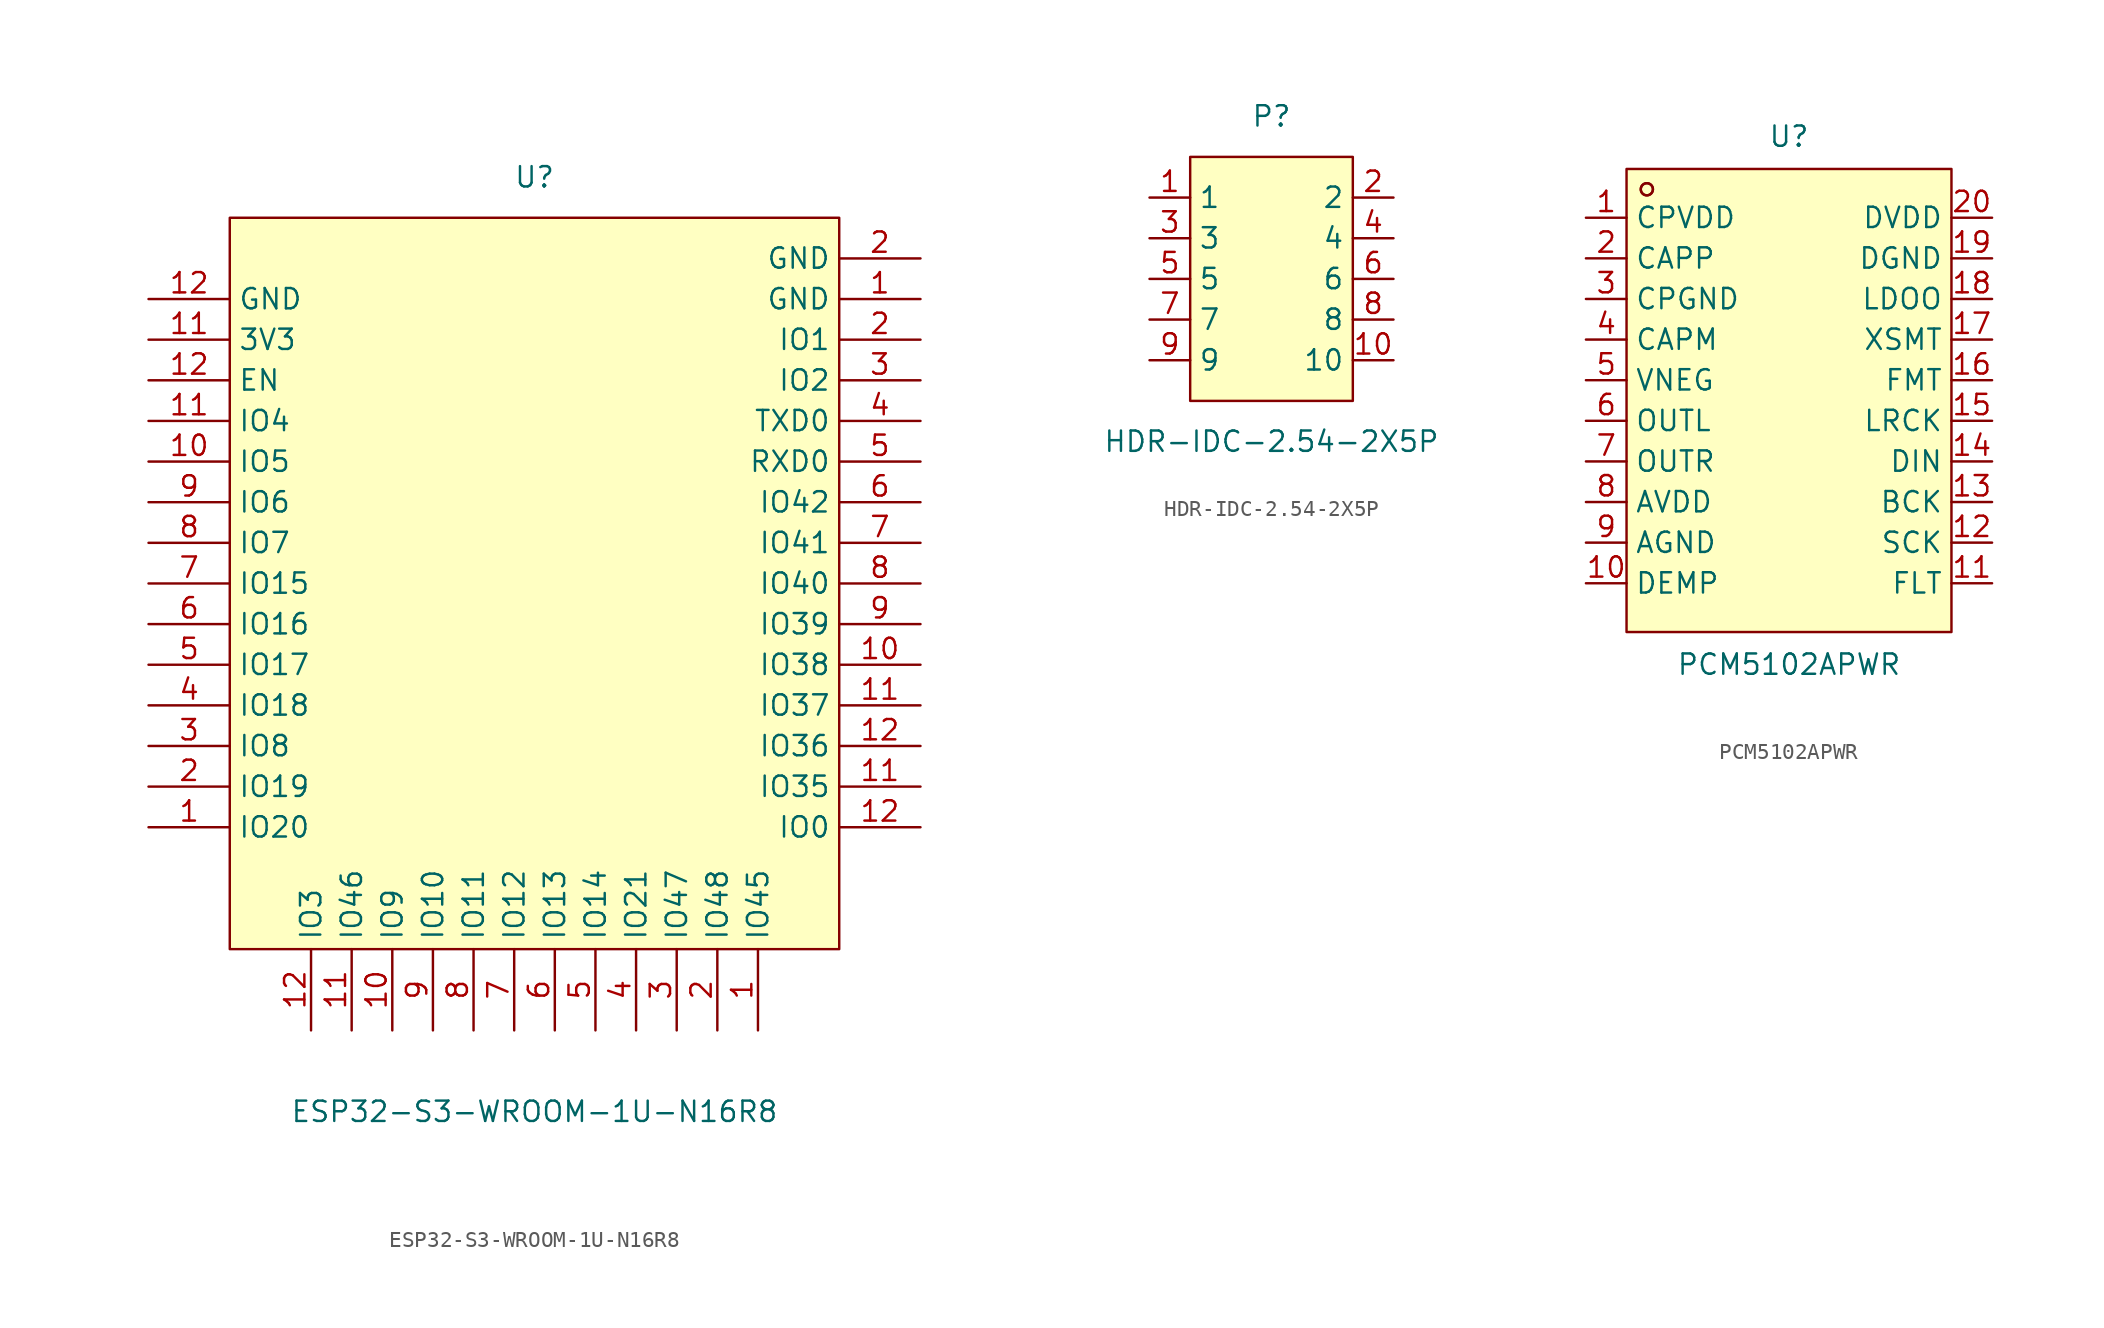
<source format=kicad_sym>
(kicad_symbol_lib
  (version 20241209)
  (generator "kicad_symbol_editor")
  (generator_version "9.0")
  (symbol "ESP32-S3-WROOM-1U-N16R8"
    (property "Reference" "U"
      (at 0 27.94 0)
      (effects (font (size 1.27 1.27))))
    (property "Value" "ESP32-S3-WROOM-1U-N16R8"
      (at 0 -30.48 0)
      (effects (font (size 1.27 1.27))))
    (symbol "ESP32-S3-WROOM-1U-N16R8_0_1"
      (rectangle (start -19.05 25.4) (end 19.05 -20.32) (stroke (width 0) (type default)) (fill (type background)))
      (pin power_in line (at -24.13 20.32 0) (length 5.08) (name "GND" (effects (font (size 1.27 1.27)))) (number "12" (effects (font (size 1.27 1.27)))))
      (pin power_in line (at -24.13 17.78 0) (length 5.08) (name "3V3" (effects (font (size 1.27 1.27)))) (number "11" (effects (font (size 1.27 1.27)))))
      (pin unspecified line (at -24.13 15.24 0) (length 5.08) (name "EN" (effects (font (size 1.27 1.27)))) (number "12" (effects (font (size 1.27 1.27)))))
      (pin unspecified line (at -24.13 12.7 0) (length 5.08) (name "IO4" (effects (font (size 1.27 1.27)))) (number "11" (effects (font (size 1.27 1.27)))))
      (pin unspecified line (at -24.13 10.16 0) (length 5.08) (name "IO5" (effects (font (size 1.27 1.27)))) (number "10" (effects (font (size 1.27 1.27)))))
      (pin unspecified line (at -24.13 7.62 0) (length 5.08) (name "IO6" (effects (font (size 1.27 1.27)))) (number "9" (effects (font (size 1.27 1.27)))))
      (pin unspecified line (at -24.13 5.08 0) (length 5.08) (name "IO7" (effects (font (size 1.27 1.27)))) (number "8" (effects (font (size 1.27 1.27)))))
      (pin unspecified line (at -24.13 2.54 0) (length 5.08) (name "IO15" (effects (font (size 1.27 1.27)))) (number "7" (effects (font (size 1.27 1.27)))))
      (pin unspecified line (at -24.13 0 0) (length 5.08) (name "IO16" (effects (font (size 1.27 1.27)))) (number "6" (effects (font (size 1.27 1.27)))))
      (pin unspecified line (at -24.13 -2.54 0) (length 5.08) (name "IO17" (effects (font (size 1.27 1.27)))) (number "5" (effects (font (size 1.27 1.27)))))
      (pin unspecified line (at -24.13 -5.08 0) (length 5.08) (name "IO18" (effects (font (size 1.27 1.27)))) (number "4" (effects (font (size 1.27 1.27)))))
      (pin unspecified line (at -24.13 -7.62 0) (length 5.08) (name "IO8" (effects (font (size 1.27 1.27)))) (number "3" (effects (font (size 1.27 1.27)))))
      (pin unspecified line (at -24.13 -10.16 0) (length 5.08) (name "IO19" (effects (font (size 1.27 1.27)))) (number "2" (effects (font (size 1.27 1.27)))))
      (pin unspecified line (at -24.13 -12.7 0) (length 5.08) (name "IO20" (effects (font (size 1.27 1.27)))) (number "1" (effects (font (size 1.27 1.27)))))
      (pin unspecified line (at -13.97 -25.4 90) (length 5.08) (name "IO3" (effects (font (size 1.27 1.27)))) (number "12" (effects (font (size 1.27 1.27)))))
      (pin unspecified line (at -11.43 -25.4 90) (length 5.08) (name "IO46" (effects (font (size 1.27 1.27)))) (number "11" (effects (font (size 1.27 1.27)))))
      (pin unspecified line (at -8.89 -25.4 90) (length 5.08) (name "IO9" (effects (font (size 1.27 1.27)))) (number "10" (effects (font (size 1.27 1.27)))))
      (pin unspecified line (at -6.35 -25.4 90) (length 5.08) (name "IO10" (effects (font (size 1.27 1.27)))) (number "9" (effects (font (size 1.27 1.27)))))
      (pin unspecified line (at -3.81 -25.4 90) (length 5.08) (name "IO11" (effects (font (size 1.27 1.27)))) (number "8" (effects (font (size 1.27 1.27)))))
      (pin unspecified line (at -1.27 -25.4 90) (length 5.08) (name "IO12" (effects (font (size 1.27 1.27)))) (number "7" (effects (font (size 1.27 1.27)))))
      (pin unspecified line (at 1.27 -25.4 90) (length 5.08) (name "IO13" (effects (font (size 1.27 1.27)))) (number "6" (effects (font (size 1.27 1.27)))))
      (pin unspecified line (at 3.81 -25.4 90) (length 5.08) (name "IO14" (effects (font (size 1.27 1.27)))) (number "5" (effects (font (size 1.27 1.27)))))
      (pin unspecified line (at 6.35 -25.4 90) (length 5.08) (name "IO21" (effects (font (size 1.27 1.27)))) (number "4" (effects (font (size 1.27 1.27)))))
      (pin unspecified line (at 8.89 -25.4 90) (length 5.08) (name "IO47" (effects (font (size 1.27 1.27)))) (number "3" (effects (font (size 1.27 1.27)))))
      (pin unspecified line (at 11.43 -25.4 90) (length 5.08) (name "IO48" (effects (font (size 1.27 1.27)))) (number "2" (effects (font (size 1.27 1.27)))))
      (pin unspecified line (at 13.97 -25.4 90) (length 5.08) (name "IO45" (effects (font (size 1.27 1.27)))) (number "1" (effects (font (size 1.27 1.27)))))
      (pin power_in line (at 24.13 22.86 180) (length 5.08) (name "GND" (effects (font (size 1.27 1.27)))) (number "2" (effects (font (size 1.27 1.27)))))
      (pin power_in line (at 24.13 20.32 180) (length 5.08) (name "GND" (effects (font (size 1.27 1.27)))) (number "1" (effects (font (size 1.27 1.27)))))
      (pin unspecified line (at 24.13 17.78 180) (length 5.08) (name "IO1" (effects (font (size 1.27 1.27)))) (number "2" (effects (font (size 1.27 1.27)))))
      (pin unspecified line (at 24.13 15.24 180) (length 5.08) (name "IO2" (effects (font (size 1.27 1.27)))) (number "3" (effects (font (size 1.27 1.27)))))
      (pin unspecified line (at 24.13 12.7 180) (length 5.08) (name "TXD0" (effects (font (size 1.27 1.27)))) (number "4" (effects (font (size 1.27 1.27)))))
      (pin unspecified line (at 24.13 10.16 180) (length 5.08) (name "RXD0" (effects (font (size 1.27 1.27)))) (number "5" (effects (font (size 1.27 1.27)))))
      (pin unspecified line (at 24.13 7.62 180) (length 5.08) (name "IO42" (effects (font (size 1.27 1.27)))) (number "6" (effects (font (size 1.27 1.27)))))
      (pin unspecified line (at 24.13 5.08 180) (length 5.08) (name "IO41" (effects (font (size 1.27 1.27)))) (number "7" (effects (font (size 1.27 1.27)))))
      (pin unspecified line (at 24.13 2.54 180) (length 5.08) (name "IO40" (effects (font (size 1.27 1.27)))) (number "8" (effects (font (size 1.27 1.27)))))
      (pin unspecified line (at 24.13 0 180) (length 5.08) (name "IO39" (effects (font (size 1.27 1.27)))) (number "9" (effects (font (size 1.27 1.27)))))
      (pin unspecified line (at 24.13 -2.54 180) (length 5.08) (name "IO38" (effects (font (size 1.27 1.27)))) (number "10" (effects (font (size 1.27 1.27)))))
      (pin unspecified line (at 24.13 -5.08 180) (length 5.08) (name "IO37" (effects (font (size 1.27 1.27)))) (number "11" (effects (font (size 1.27 1.27)))))
      (pin unspecified line (at 24.13 -7.62 180) (length 5.08) (name "IO36" (effects (font (size 1.27 1.27)))) (number "12" (effects (font (size 1.27 1.27)))))
      (pin unspecified line (at 24.13 -10.16 180) (length 5.08) (name "IO35" (effects (font (size 1.27 1.27)))) (number "11" (effects (font (size 1.27 1.27)))))
      (pin unspecified line (at 24.13 -12.7 180) (length 5.08) (name "IO0" (effects (font (size 1.27 1.27)))) (number "12" (effects (font (size 1.27 1.27)))))))
  (symbol "HDR-IDC-2.54-2X5P"
    (property "Reference" "P"
      (at 0 10.16 0)
      (effects (font (size 1.27 1.27))))
    (property "Value" "HDR-IDC-2.54-2X5P"
      (at 0 -10.16 0)
      (effects (font (size 1.27 1.27))))
    (symbol "HDR-IDC-2.54-2X5P_0_1"
      (rectangle (start -5.08 7.62) (end 5.08 -7.62) (stroke (width 0) (type default)) (fill (type background)))
      (pin unspecified line (at -7.62 5.08 0) (length 2.54) (name "1" (effects (font (size 1.27 1.27)))) (number "1" (effects (font (size 1.27 1.27)))))
      (pin unspecified line (at -7.62 2.54 0) (length 2.54) (name "3" (effects (font (size 1.27 1.27)))) (number "3" (effects (font (size 1.27 1.27)))))
      (pin unspecified line (at -7.62 0 0) (length 2.54) (name "5" (effects (font (size 1.27 1.27)))) (number "5" (effects (font (size 1.27 1.27)))))
      (pin unspecified line (at -7.62 -2.54 0) (length 2.54) (name "7" (effects (font (size 1.27 1.27)))) (number "7" (effects (font (size 1.27 1.27)))))
      (pin unspecified line (at -7.62 -5.08 0) (length 2.54) (name "9" (effects (font (size 1.27 1.27)))) (number "9" (effects (font (size 1.27 1.27)))))
      (pin unspecified line (at 7.62 5.08 180) (length 2.54) (name "2" (effects (font (size 1.27 1.27)))) (number "2" (effects (font (size 1.27 1.27)))))
      (pin unspecified line (at 7.62 2.54 180) (length 2.54) (name "4" (effects (font (size 1.27 1.27)))) (number "4" (effects (font (size 1.27 1.27)))))
      (pin unspecified line (at 7.62 0 180) (length 2.54) (name "6" (effects (font (size 1.27 1.27)))) (number "6" (effects (font (size 1.27 1.27)))))
      (pin unspecified line (at 7.62 -2.54 180) (length 2.54) (name "8" (effects (font (size 1.27 1.27)))) (number "8" (effects (font (size 1.27 1.27)))))
      (pin unspecified line (at 7.62 -5.08 180) (length 2.54) (name "10" (effects (font (size 1.27 1.27)))) (number "10" (effects (font (size 1.27 1.27)))))))
  (symbol "PCM5102APWR"
    (property "Reference" "U"
      (at 0 16.51 0)
      (effects (font (size 1.27 1.27))))
    (property "Value" "PCM5102APWR"
      (at 0 -16.51 0)
      (effects (font (size 1.27 1.27))))
    (symbol "PCM5102APWR_0_1"
      (rectangle (start -10.16 14.48) (end 10.16 -14.48) (stroke (width 0) (type default)) (fill (type background)))
      (circle (center -8.89 13.21) (radius 0.38) (stroke (width 0) (type default)) (fill (type none)))
      (circle (center -8.89 13.21) (radius 0.38) (stroke (width 0) (type default)) (fill (type none)))
      (pin unspecified line (at -12.7 11.43 0) (length 2.54) (name "CPVDD" (effects (font (size 1.27 1.27)))) (number "1" (effects (font (size 1.27 1.27)))))
      (pin unspecified line (at -12.7 8.89 0) (length 2.54) (name "CAPP" (effects (font (size 1.27 1.27)))) (number "2" (effects (font (size 1.27 1.27)))))
      (pin unspecified line (at -12.7 6.35 0) (length 2.54) (name "CPGND" (effects (font (size 1.27 1.27)))) (number "3" (effects (font (size 1.27 1.27)))))
      (pin unspecified line (at -12.7 3.81 0) (length 2.54) (name "CAPM" (effects (font (size 1.27 1.27)))) (number "4" (effects (font (size 1.27 1.27)))))
      (pin unspecified line (at -12.7 1.27 0) (length 2.54) (name "VNEG" (effects (font (size 1.27 1.27)))) (number "5" (effects (font (size 1.27 1.27)))))
      (pin unspecified line (at -12.7 -1.27 0) (length 2.54) (name "OUTL" (effects (font (size 1.27 1.27)))) (number "6" (effects (font (size 1.27 1.27)))))
      (pin unspecified line (at -12.7 -3.81 0) (length 2.54) (name "OUTR" (effects (font (size 1.27 1.27)))) (number "7" (effects (font (size 1.27 1.27)))))
      (pin unspecified line (at -12.7 -6.35 0) (length 2.54) (name "AVDD" (effects (font (size 1.27 1.27)))) (number "8" (effects (font (size 1.27 1.27)))))
      (pin unspecified line (at -12.7 -8.89 0) (length 2.54) (name "AGND" (effects (font (size 1.27 1.27)))) (number "9" (effects (font (size 1.27 1.27)))))
      (pin unspecified line (at -12.7 -11.43 0) (length 2.54) (name "DEMP" (effects (font (size 1.27 1.27)))) (number "10" (effects (font (size 1.27 1.27)))))
      (pin unspecified line (at 12.7 11.43 180) (length 2.54) (name "DVDD" (effects (font (size 1.27 1.27)))) (number "20" (effects (font (size 1.27 1.27)))))
      (pin unspecified line (at 12.7 8.89 180) (length 2.54) (name "DGND" (effects (font (size 1.27 1.27)))) (number "19" (effects (font (size 1.27 1.27)))))
      (pin unspecified line (at 12.7 6.35 180) (length 2.54) (name "LDOO" (effects (font (size 1.27 1.27)))) (number "18" (effects (font (size 1.27 1.27)))))
      (pin unspecified line (at 12.7 3.81 180) (length 2.54) (name "XSMT" (effects (font (size 1.27 1.27)))) (number "17" (effects (font (size 1.27 1.27)))))
      (pin unspecified line (at 12.7 1.27 180) (length 2.54) (name "FMT" (effects (font (size 1.27 1.27)))) (number "16" (effects (font (size 1.27 1.27)))))
      (pin unspecified line (at 12.7 -1.27 180) (length 2.54) (name "LRCK" (effects (font (size 1.27 1.27)))) (number "15" (effects (font (size 1.27 1.27)))))
      (pin unspecified line (at 12.7 -3.81 180) (length 2.54) (name "DIN" (effects (font (size 1.27 1.27)))) (number "14" (effects (font (size 1.27 1.27)))))
      (pin unspecified line (at 12.7 -6.35 180) (length 2.54) (name "BCK" (effects (font (size 1.27 1.27)))) (number "13" (effects (font (size 1.27 1.27)))))
      (pin unspecified line (at 12.7 -8.89 180) (length 2.54) (name "SCK" (effects (font (size 1.27 1.27)))) (number "12" (effects (font (size 1.27 1.27)))))
      (pin unspecified line (at 12.7 -11.43 180) (length 2.54) (name "FLT" (effects (font (size 1.27 1.27)))) (number "11" (effects (font (size 1.27 1.27))))))))
</source>
